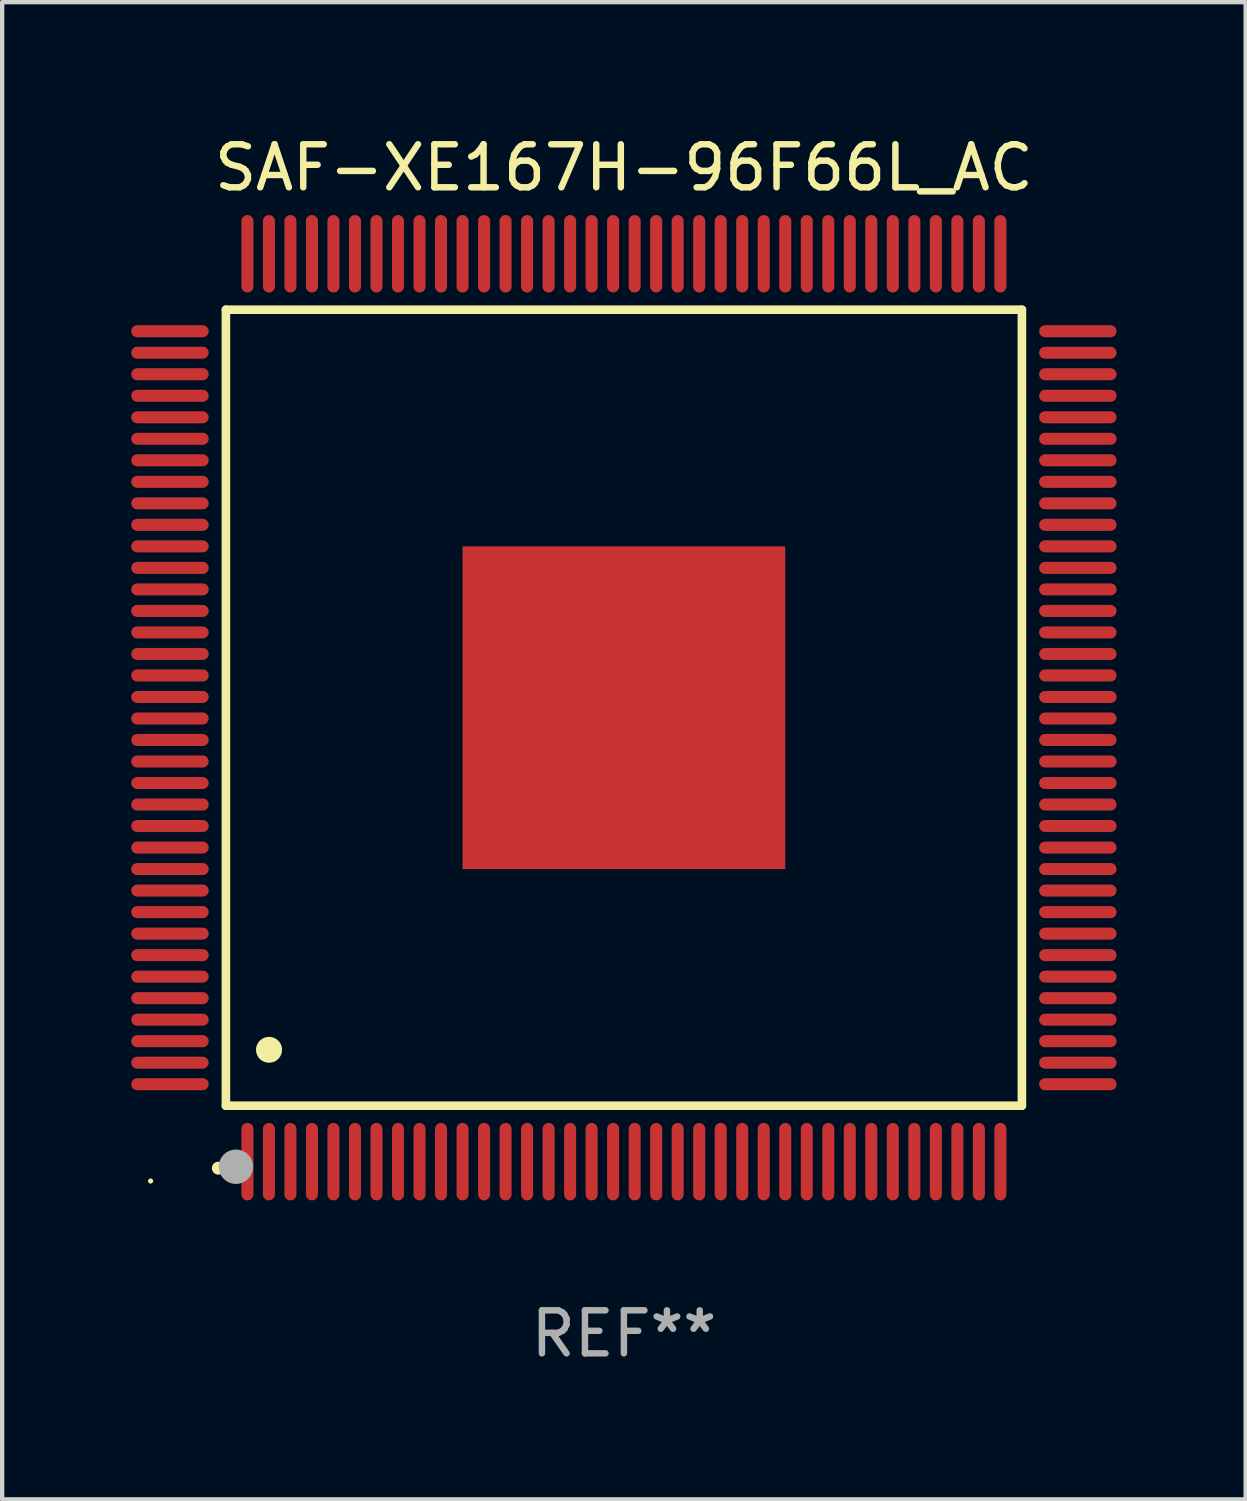
<source format=kicad_pcb>
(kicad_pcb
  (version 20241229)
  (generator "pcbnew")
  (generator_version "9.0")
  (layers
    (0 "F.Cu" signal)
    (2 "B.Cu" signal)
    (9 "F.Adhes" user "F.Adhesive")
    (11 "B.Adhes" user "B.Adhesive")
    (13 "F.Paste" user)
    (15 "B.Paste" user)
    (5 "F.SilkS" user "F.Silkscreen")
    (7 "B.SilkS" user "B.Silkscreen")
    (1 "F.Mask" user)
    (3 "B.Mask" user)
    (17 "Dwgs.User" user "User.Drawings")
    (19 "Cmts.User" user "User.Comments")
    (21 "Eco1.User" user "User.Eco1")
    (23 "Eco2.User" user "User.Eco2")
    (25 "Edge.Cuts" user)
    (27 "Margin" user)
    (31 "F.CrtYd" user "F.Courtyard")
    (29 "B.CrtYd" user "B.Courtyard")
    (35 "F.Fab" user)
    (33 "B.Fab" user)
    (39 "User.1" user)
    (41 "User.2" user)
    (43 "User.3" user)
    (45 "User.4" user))
  (footprint "SAF-XE167H-96F66L_AC"
    (layer "F.Cu")
    (at 11.45 13.398)
    (property "Reference" "SAF-XE167H-96F66L_AC" (at 0 -12.55 0) (layer "F.SilkS") (effects (font (size 1 1) (thickness 0.15))))
    (attr through_hole)
    (fp_line (start -9.25 -9.25) (end 9.25 -9.25) (stroke (width 0.2) (type solid)) (layer "F.SilkS"))
    (fp_line (start -9.25 9.25) (end -9.25 -9.25) (stroke (width 0.2) (type solid)) (layer "F.SilkS"))
    (fp_line (start 9.25 -9.25) (end 9.25 9.25) (stroke (width 0.2) (type solid)) (layer "F.SilkS"))
    (fp_line (start 9.25 9.25) (end -9.25 9.25) (stroke (width 0.2) (type solid)) (layer "F.SilkS"))
    (fp_arc (start -9.425959 10.701041) (mid -9.424689 10.701036) (end -9.423419 10.701041) (stroke (width 0.3) (type solid)) (layer "F.SilkS"))
    (fp_arc (start -8.249936 7.950216) (mid -8.247396 7.950205) (end -8.244856 7.950216) (stroke (width 0.6) (type solid)) (layer "F.SilkS"))
    (fp_circle (center -11 11) (end -10.97 11) (stroke (width 0.06) (type solid)) (fill no) (layer "F.SilkS"))
    (fp_circle (center -9.017 10.668) (end -8.817 10.668) (stroke (width 0.4) (type solid)) (fill no) (layer "F.Fab"))
    (fp_text user "REF**" (at 0 14.55 0) (layer "F.Fab") (effects (font (size 1 1) (thickness 0.15))))
    (pad "1" smd oval (at -8.75 10.55 180) (size 0.28 1.8) (layers "F.Cu" "F.Mask" "F.Paste"))
    (pad "2" smd oval (at -8.25 10.55 180) (size 0.28 1.8) (layers "F.Cu" "F.Mask" "F.Paste"))
    (pad "3" smd oval (at -7.75 10.55 180) (size 0.28 1.8) (layers "F.Cu" "F.Mask" "F.Paste"))
    (pad "4" smd oval (at -7.25 10.55 180) (size 0.28 1.8) (layers "F.Cu" "F.Mask" "F.Paste"))
    (pad "5" smd oval (at -6.75 10.55 180) (size 0.28 1.8) (layers "F.Cu" "F.Mask" "F.Paste"))
    (pad "6" smd oval (at -6.25 10.55 180) (size 0.28 1.8) (layers "F.Cu" "F.Mask" "F.Paste"))
    (pad "7" smd oval (at -5.75 10.55 180) (size 0.28 1.8) (layers "F.Cu" "F.Mask" "F.Paste"))
    (pad "8" smd oval (at -5.25 10.55 180) (size 0.28 1.8) (layers "F.Cu" "F.Mask" "F.Paste"))
    (pad "9" smd oval (at -4.75 10.55 180) (size 0.28 1.8) (layers "F.Cu" "F.Mask" "F.Paste"))
    (pad "10" smd oval (at -4.25 10.55 180) (size 0.28 1.8) (layers "F.Cu" "F.Mask" "F.Paste"))
    (pad "11" smd oval (at -3.75 10.55 180) (size 0.28 1.8) (layers "F.Cu" "F.Mask" "F.Paste"))
    (pad "12" smd oval (at -3.25 10.55 180) (size 0.28 1.8) (layers "F.Cu" "F.Mask" "F.Paste"))
    (pad "13" smd oval (at -2.75 10.55 180) (size 0.28 1.8) (layers "F.Cu" "F.Mask" "F.Paste"))
    (pad "14" smd oval (at -2.25 10.55 180) (size 0.28 1.8) (layers "F.Cu" "F.Mask" "F.Paste"))
    (pad "15" smd oval (at -1.75 10.55 180) (size 0.28 1.8) (layers "F.Cu" "F.Mask" "F.Paste"))
    (pad "16" smd oval (at -1.25 10.55 180) (size 0.28 1.8) (layers "F.Cu" "F.Mask" "F.Paste"))
    (pad "17" smd oval (at -0.75 10.55 180) (size 0.28 1.8) (layers "F.Cu" "F.Mask" "F.Paste"))
    (pad "18" smd oval (at -0.25 10.55 180) (size 0.28 1.8) (layers "F.Cu" "F.Mask" "F.Paste"))
    (pad "19" smd oval (at 0.25 10.55 180) (size 0.28 1.8) (layers "F.Cu" "F.Mask" "F.Paste"))
    (pad "20" smd oval (at 0.75 10.55 180) (size 0.28 1.8) (layers "F.Cu" "F.Mask" "F.Paste"))
    (pad "21" smd oval (at 1.25 10.55 180) (size 0.28 1.8) (layers "F.Cu" "F.Mask" "F.Paste"))
    (pad "22" smd oval (at 1.75 10.55 180) (size 0.28 1.8) (layers "F.Cu" "F.Mask" "F.Paste"))
    (pad "23" smd oval (at 2.25 10.55 180) (size 0.28 1.8) (layers "F.Cu" "F.Mask" "F.Paste"))
    (pad "24" smd oval (at 2.75 10.55 180) (size 0.28 1.8) (layers "F.Cu" "F.Mask" "F.Paste"))
    (pad "25" smd oval (at 3.25 10.55 180) (size 0.28 1.8) (layers "F.Cu" "F.Mask" "F.Paste"))
    (pad "26" smd oval (at 3.75 10.55 180) (size 0.28 1.8) (layers "F.Cu" "F.Mask" "F.Paste"))
    (pad "27" smd oval (at 4.25 10.55 180) (size 0.28 1.8) (layers "F.Cu" "F.Mask" "F.Paste"))
    (pad "28" smd oval (at 4.75 10.55 180) (size 0.28 1.8) (layers "F.Cu" "F.Mask" "F.Paste"))
    (pad "29" smd oval (at 5.25 10.55 180) (size 0.28 1.8) (layers "F.Cu" "F.Mask" "F.Paste"))
    (pad "30" smd oval (at 5.75 10.55 180) (size 0.28 1.8) (layers "F.Cu" "F.Mask" "F.Paste"))
    (pad "31" smd oval (at 6.25 10.55 180) (size 0.28 1.8) (layers "F.Cu" "F.Mask" "F.Paste"))
    (pad "32" smd oval (at 6.75 10.55 180) (size 0.28 1.8) (layers "F.Cu" "F.Mask" "F.Paste"))
    (pad "33" smd oval (at 7.25 10.55 180) (size 0.28 1.8) (layers "F.Cu" "F.Mask" "F.Paste"))
    (pad "34" smd oval (at 7.75 10.55 180) (size 0.28 1.8) (layers "F.Cu" "F.Mask" "F.Paste"))
    (pad "35" smd oval (at 8.25 10.55 180) (size 0.28 1.8) (layers "F.Cu" "F.Mask" "F.Paste"))
    (pad "36" smd oval (at 8.75 10.55 180) (size 0.28 1.8) (layers "F.Cu" "F.Mask" "F.Paste"))
    (pad "37" smd oval (at 10.55 8.75 90) (size 0.28 1.8) (layers "F.Cu" "F.Mask" "F.Paste"))
    (pad "38" smd oval (at 10.55 8.25 90) (size 0.28 1.8) (layers "F.Cu" "F.Mask" "F.Paste"))
    (pad "39" smd oval (at 10.55 7.75 90) (size 0.28 1.8) (layers "F.Cu" "F.Mask" "F.Paste"))
    (pad "40" smd oval (at 10.55 7.25 90) (size 0.28 1.8) (layers "F.Cu" "F.Mask" "F.Paste"))
    (pad "41" smd oval (at 10.55 6.75 90) (size 0.28 1.8) (layers "F.Cu" "F.Mask" "F.Paste"))
    (pad "42" smd oval (at 10.55 6.25 90) (size 0.28 1.8) (layers "F.Cu" "F.Mask" "F.Paste"))
    (pad "43" smd oval (at 10.55 5.75 90) (size 0.28 1.8) (layers "F.Cu" "F.Mask" "F.Paste"))
    (pad "44" smd oval (at 10.55 5.25 90) (size 0.28 1.8) (layers "F.Cu" "F.Mask" "F.Paste"))
    (pad "45" smd oval (at 10.55 4.75 90) (size 0.28 1.8) (layers "F.Cu" "F.Mask" "F.Paste"))
    (pad "46" smd oval (at 10.55 4.25 90) (size 0.28 1.8) (layers "F.Cu" "F.Mask" "F.Paste"))
    (pad "47" smd oval (at 10.55 3.75 90) (size 0.28 1.8) (layers "F.Cu" "F.Mask" "F.Paste"))
    (pad "48" smd oval (at 10.55 3.25 90) (size 0.28 1.8) (layers "F.Cu" "F.Mask" "F.Paste"))
    (pad "49" smd oval (at 10.55 2.75 90) (size 0.28 1.8) (layers "F.Cu" "F.Mask" "F.Paste"))
    (pad "50" smd oval (at 10.55 2.25 90) (size 0.28 1.8) (layers "F.Cu" "F.Mask" "F.Paste"))
    (pad "51" smd oval (at 10.55 1.75 90) (size 0.28 1.8) (layers "F.Cu" "F.Mask" "F.Paste"))
    (pad "52" smd oval (at 10.55 1.25 90) (size 0.28 1.8) (layers "F.Cu" "F.Mask" "F.Paste"))
    (pad "53" smd oval (at 10.55 0.75 90) (size 0.28 1.8) (layers "F.Cu" "F.Mask" "F.Paste"))
    (pad "54" smd oval (at 10.55 0.25 90) (size 0.28 1.8) (layers "F.Cu" "F.Mask" "F.Paste"))
    (pad "55" smd oval (at 10.55 -0.25 90) (size 0.28 1.8) (layers "F.Cu" "F.Mask" "F.Paste"))
    (pad "56" smd oval (at 10.55 -0.75 90) (size 0.28 1.8) (layers "F.Cu" "F.Mask" "F.Paste"))
    (pad "57" smd oval (at 10.55 -1.25 90) (size 0.28 1.8) (layers "F.Cu" "F.Mask" "F.Paste"))
    (pad "58" smd oval (at 10.55 -1.75 90) (size 0.28 1.8) (layers "F.Cu" "F.Mask" "F.Paste"))
    (pad "59" smd oval (at 10.55 -2.25 90) (size 0.28 1.8) (layers "F.Cu" "F.Mask" "F.Paste"))
    (pad "60" smd oval (at 10.55 -2.75 90) (size 0.28 1.8) (layers "F.Cu" "F.Mask" "F.Paste"))
    (pad "61" smd oval (at 10.55 -3.25 90) (size 0.28 1.8) (layers "F.Cu" "F.Mask" "F.Paste"))
    (pad "62" smd oval (at 10.55 -3.75 90) (size 0.28 1.8) (layers "F.Cu" "F.Mask" "F.Paste"))
    (pad "63" smd oval (at 10.55 -4.25 90) (size 0.28 1.8) (layers "F.Cu" "F.Mask" "F.Paste"))
    (pad "64" smd oval (at 10.55 -4.75 90) (size 0.28 1.8) (layers "F.Cu" "F.Mask" "F.Paste"))
    (pad "65" smd oval (at 10.55 -5.25 90) (size 0.28 1.8) (layers "F.Cu" "F.Mask" "F.Paste"))
    (pad "66" smd oval (at 10.55 -5.75 90) (size 0.28 1.8) (layers "F.Cu" "F.Mask" "F.Paste"))
    (pad "67" smd oval (at 10.55 -6.25 90) (size 0.28 1.8) (layers "F.Cu" "F.Mask" "F.Paste"))
    (pad "68" smd oval (at 10.55 -6.75 90) (size 0.28 1.8) (layers "F.Cu" "F.Mask" "F.Paste"))
    (pad "69" smd oval (at 10.55 -7.25 90) (size 0.28 1.8) (layers "F.Cu" "F.Mask" "F.Paste"))
    (pad "70" smd oval (at 10.55 -7.75 90) (size 0.28 1.8) (layers "F.Cu" "F.Mask" "F.Paste"))
    (pad "71" smd oval (at 10.55 -8.25 90) (size 0.28 1.8) (layers "F.Cu" "F.Mask" "F.Paste"))
    (pad "72" smd oval (at 10.55 -8.75 90) (size 0.28 1.8) (layers "F.Cu" "F.Mask" "F.Paste"))
    (pad "73" smd oval (at 8.75 -10.55 180) (size 0.28 1.8) (layers "F.Cu" "F.Mask" "F.Paste"))
    (pad "74" smd oval (at 8.25 -10.55 180) (size 0.28 1.8) (layers "F.Cu" "F.Mask" "F.Paste"))
    (pad "75" smd oval (at 7.75 -10.55 180) (size 0.28 1.8) (layers "F.Cu" "F.Mask" "F.Paste"))
    (pad "76" smd oval (at 7.25 -10.55 180) (size 0.28 1.8) (layers "F.Cu" "F.Mask" "F.Paste"))
    (pad "77" smd oval (at 6.75 -10.55 180) (size 0.28 1.8) (layers "F.Cu" "F.Mask" "F.Paste"))
    (pad "78" smd oval (at 6.25 -10.55 180) (size 0.28 1.8) (layers "F.Cu" "F.Mask" "F.Paste"))
    (pad "79" smd oval (at 5.75 -10.55 180) (size 0.28 1.8) (layers "F.Cu" "F.Mask" "F.Paste"))
    (pad "80" smd oval (at 5.25 -10.55 180) (size 0.28 1.8) (layers "F.Cu" "F.Mask" "F.Paste"))
    (pad "81" smd oval (at 4.75 -10.55 180) (size 0.28 1.8) (layers "F.Cu" "F.Mask" "F.Paste"))
    (pad "82" smd oval (at 4.25 -10.55 180) (size 0.28 1.8) (layers "F.Cu" "F.Mask" "F.Paste"))
    (pad "83" smd oval (at 3.75 -10.55 180) (size 0.28 1.8) (layers "F.Cu" "F.Mask" "F.Paste"))
    (pad "84" smd oval (at 3.25 -10.55 180) (size 0.28 1.8) (layers "F.Cu" "F.Mask" "F.Paste"))
    (pad "85" smd oval (at 2.75 -10.55 180) (size 0.28 1.8) (layers "F.Cu" "F.Mask" "F.Paste"))
    (pad "86" smd oval (at 2.25 -10.55 180) (size 0.28 1.8) (layers "F.Cu" "F.Mask" "F.Paste"))
    (pad "87" smd oval (at 1.75 -10.55 180) (size 0.28 1.8) (layers "F.Cu" "F.Mask" "F.Paste"))
    (pad "88" smd oval (at 1.25 -10.55 180) (size 0.28 1.8) (layers "F.Cu" "F.Mask" "F.Paste"))
    (pad "89" smd oval (at 0.75 -10.55 180) (size 0.28 1.8) (layers "F.Cu" "F.Mask" "F.Paste"))
    (pad "90" smd oval (at 0.25 -10.55 180) (size 0.28 1.8) (layers "F.Cu" "F.Mask" "F.Paste"))
    (pad "91" smd oval (at -0.25 -10.55 180) (size 0.28 1.8) (layers "F.Cu" "F.Mask" "F.Paste"))
    (pad "92" smd oval (at -0.75 -10.55 180) (size 0.28 1.8) (layers "F.Cu" "F.Mask" "F.Paste"))
    (pad "93" smd oval (at -1.25 -10.55 180) (size 0.28 1.8) (layers "F.Cu" "F.Mask" "F.Paste"))
    (pad "94" smd oval (at -1.75 -10.55 180) (size 0.28 1.8) (layers "F.Cu" "F.Mask" "F.Paste"))
    (pad "95" smd oval (at -2.25 -10.55 180) (size 0.28 1.8) (layers "F.Cu" "F.Mask" "F.Paste"))
    (pad "96" smd oval (at -2.75 -10.55 180) (size 0.28 1.8) (layers "F.Cu" "F.Mask" "F.Paste"))
    (pad "97" smd oval (at -3.25 -10.55 180) (size 0.28 1.8) (layers "F.Cu" "F.Mask" "F.Paste"))
    (pad "98" smd oval (at -3.75 -10.55 180) (size 0.28 1.8) (layers "F.Cu" "F.Mask" "F.Paste"))
    (pad "99" smd oval (at -4.25 -10.55 180) (size 0.28 1.8) (layers "F.Cu" "F.Mask" "F.Paste"))
    (pad "100" smd oval (at -4.75 -10.55 180) (size 0.28 1.8) (layers "F.Cu" "F.Mask" "F.Paste"))
    (pad "101" smd oval (at -5.25 -10.55 180) (size 0.28 1.8) (layers "F.Cu" "F.Mask" "F.Paste"))
    (pad "102" smd oval (at -5.75 -10.55 180) (size 0.28 1.8) (layers "F.Cu" "F.Mask" "F.Paste"))
    (pad "103" smd oval (at -6.25 -10.55 180) (size 0.28 1.8) (layers "F.Cu" "F.Mask" "F.Paste"))
    (pad "104" smd oval (at -6.75 -10.55 180) (size 0.28 1.8) (layers "F.Cu" "F.Mask" "F.Paste"))
    (pad "105" smd oval (at -7.25 -10.55 180) (size 0.28 1.8) (layers "F.Cu" "F.Mask" "F.Paste"))
    (pad "106" smd oval (at -7.75 -10.55 180) (size 0.28 1.8) (layers "F.Cu" "F.Mask" "F.Paste"))
    (pad "107" smd oval (at -8.25 -10.55 180) (size 0.28 1.8) (layers "F.Cu" "F.Mask" "F.Paste"))
    (pad "108" smd oval (at -8.75 -10.55 180) (size 0.28 1.8) (layers "F.Cu" "F.Mask" "F.Paste"))
    (pad "109" smd oval (at -10.55 -8.75 90) (size 0.28 1.8) (layers "F.Cu" "F.Mask" "F.Paste"))
    (pad "110" smd oval (at -10.55 -8.25 90) (size 0.28 1.8) (layers "F.Cu" "F.Mask" "F.Paste"))
    (pad "111" smd oval (at -10.55 -7.75 90) (size 0.28 1.8) (layers "F.Cu" "F.Mask" "F.Paste"))
    (pad "112" smd oval (at -10.55 -7.25 90) (size 0.28 1.8) (layers "F.Cu" "F.Mask" "F.Paste"))
    (pad "113" smd oval (at -10.55 -6.75 90) (size 0.28 1.8) (layers "F.Cu" "F.Mask" "F.Paste"))
    (pad "114" smd oval (at -10.55 -6.25 90) (size 0.28 1.8) (layers "F.Cu" "F.Mask" "F.Paste"))
    (pad "115" smd oval (at -10.55 -5.75 90) (size 0.28 1.8) (layers "F.Cu" "F.Mask" "F.Paste"))
    (pad "116" smd oval (at -10.55 -5.25 90) (size 0.28 1.8) (layers "F.Cu" "F.Mask" "F.Paste"))
    (pad "117" smd oval (at -10.55 -4.75 90) (size 0.28 1.8) (layers "F.Cu" "F.Mask" "F.Paste"))
    (pad "118" smd oval (at -10.55 -4.25 90) (size 0.28 1.8) (layers "F.Cu" "F.Mask" "F.Paste"))
    (pad "119" smd oval (at -10.55 -3.75 90) (size 0.28 1.8) (layers "F.Cu" "F.Mask" "F.Paste"))
    (pad "120" smd oval (at -10.55 -3.25 90) (size 0.28 1.8) (layers "F.Cu" "F.Mask" "F.Paste"))
    (pad "121" smd oval (at -10.55 -2.75 90) (size 0.28 1.8) (layers "F.Cu" "F.Mask" "F.Paste"))
    (pad "122" smd oval (at -10.55 -2.25 90) (size 0.28 1.8) (layers "F.Cu" "F.Mask" "F.Paste"))
    (pad "123" smd oval (at -10.55 -1.75 90) (size 0.28 1.8) (layers "F.Cu" "F.Mask" "F.Paste"))
    (pad "124" smd oval (at -10.55 -1.25 90) (size 0.28 1.8) (layers "F.Cu" "F.Mask" "F.Paste"))
    (pad "125" smd oval (at -10.55 -0.75 90) (size 0.28 1.8) (layers "F.Cu" "F.Mask" "F.Paste"))
    (pad "126" smd oval (at -10.55 -0.25 90) (size 0.28 1.8) (layers "F.Cu" "F.Mask" "F.Paste"))
    (pad "127" smd oval (at -10.55 0.25 90) (size 0.28 1.8) (layers "F.Cu" "F.Mask" "F.Paste"))
    (pad "128" smd oval (at -10.55 0.75 90) (size 0.28 1.8) (layers "F.Cu" "F.Mask" "F.Paste"))
    (pad "129" smd oval (at -10.55 1.25 90) (size 0.28 1.8) (layers "F.Cu" "F.Mask" "F.Paste"))
    (pad "130" smd oval (at -10.55 1.75 90) (size 0.28 1.8) (layers "F.Cu" "F.Mask" "F.Paste"))
    (pad "131" smd oval (at -10.55 2.25 90) (size 0.28 1.8) (layers "F.Cu" "F.Mask" "F.Paste"))
    (pad "132" smd oval (at -10.55 2.75 90) (size 0.28 1.8) (layers "F.Cu" "F.Mask" "F.Paste"))
    (pad "133" smd oval (at -10.55 3.25 90) (size 0.28 1.8) (layers "F.Cu" "F.Mask" "F.Paste"))
    (pad "134" smd oval (at -10.55 3.75 90) (size 0.28 1.8) (layers "F.Cu" "F.Mask" "F.Paste"))
    (pad "135" smd oval (at -10.55 4.25 90) (size 0.28 1.8) (layers "F.Cu" "F.Mask" "F.Paste"))
    (pad "136" smd oval (at -10.55 4.75 90) (size 0.28 1.8) (layers "F.Cu" "F.Mask" "F.Paste"))
    (pad "137" smd oval (at -10.55 5.25 90) (size 0.28 1.8) (layers "F.Cu" "F.Mask" "F.Paste"))
    (pad "138" smd oval (at -10.55 5.75 90) (size 0.28 1.8) (layers "F.Cu" "F.Mask" "F.Paste"))
    (pad "139" smd oval (at -10.55 6.25 90) (size 0.28 1.8) (layers "F.Cu" "F.Mask" "F.Paste"))
    (pad "140" smd oval (at -10.55 6.75 90) (size 0.28 1.8) (layers "F.Cu" "F.Mask" "F.Paste"))
    (pad "141" smd oval (at -10.55 7.25 90) (size 0.28 1.8) (layers "F.Cu" "F.Mask" "F.Paste"))
    (pad "142" smd oval (at -10.55 7.75 90) (size 0.28 1.8) (layers "F.Cu" "F.Mask" "F.Paste"))
    (pad "143" smd oval (at -10.55 8.25 90) (size 0.28 1.8) (layers "F.Cu" "F.Mask" "F.Paste"))
    (pad "144" smd oval (at -10.55 8.75 90) (size 0.28 1.8) (layers "F.Cu" "F.Mask" "F.Paste"))
    (pad "145" smd rect (at 0 0 90) (size 7.5 7.5) (layers "F.Cu" "F.Mask" "F.Paste")))
  (gr_rect
    (start -3 -3)
    (end 25.9 31.796)
    (stroke (width 0.1) (type default))
    (fill no)
    (layer "Edge.Cuts")))
</source>
